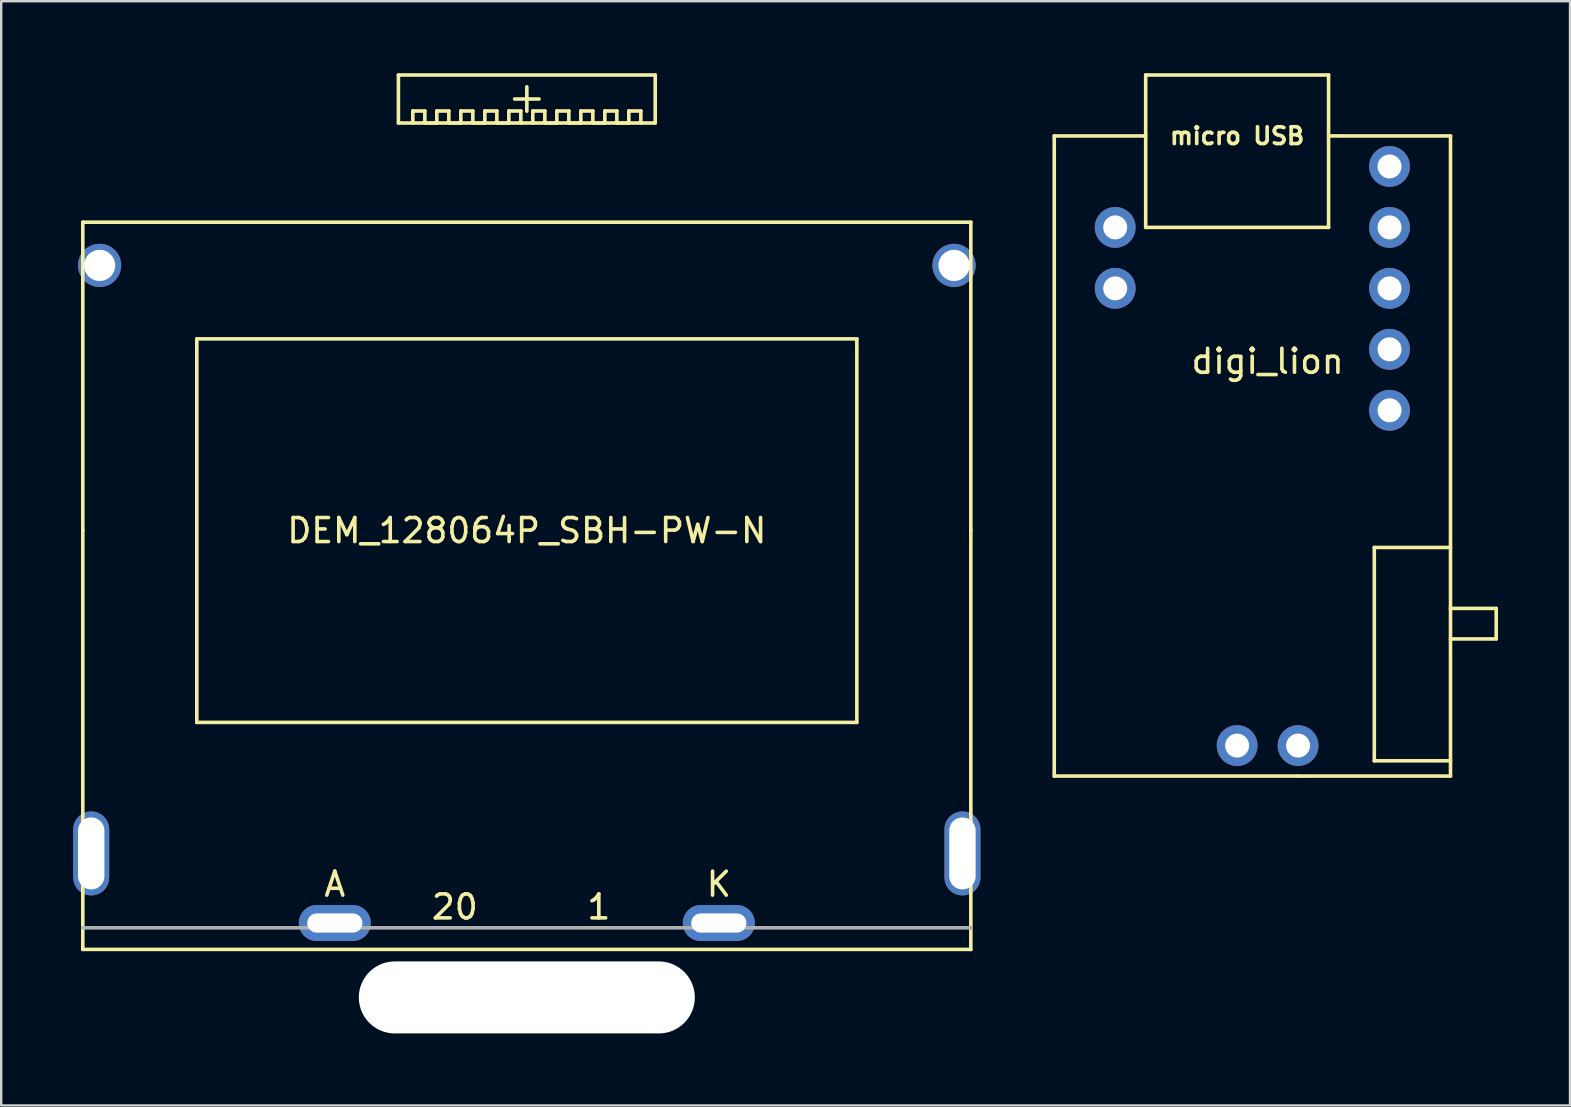
<source format=kicad_pcb>
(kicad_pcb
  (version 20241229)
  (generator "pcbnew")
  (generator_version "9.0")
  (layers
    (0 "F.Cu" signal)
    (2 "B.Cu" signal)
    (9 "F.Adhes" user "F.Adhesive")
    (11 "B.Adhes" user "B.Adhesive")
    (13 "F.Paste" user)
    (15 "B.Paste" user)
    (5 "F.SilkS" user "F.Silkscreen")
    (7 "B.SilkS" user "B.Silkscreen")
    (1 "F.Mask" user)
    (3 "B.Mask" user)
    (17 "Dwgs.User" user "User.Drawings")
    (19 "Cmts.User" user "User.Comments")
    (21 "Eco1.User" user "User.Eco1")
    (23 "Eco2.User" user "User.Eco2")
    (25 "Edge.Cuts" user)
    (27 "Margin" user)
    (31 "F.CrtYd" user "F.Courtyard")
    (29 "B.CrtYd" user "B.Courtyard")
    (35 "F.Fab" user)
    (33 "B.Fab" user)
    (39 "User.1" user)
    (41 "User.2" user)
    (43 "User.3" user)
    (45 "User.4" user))
  (footprint "DEM_128064P_SBH-PW-N"
    (layer "F.Cu")
    (at 18.9 19.058)
    (property "Reference" "DEM_128064P_SBH-PW-N" (at 0 0 0) (layer "F.SilkS") (effects (font (size 1 1) (thickness 0.15))))
    (attr through_hole)
    (fp_line (start -18.5 -12.85) (end 18.5 -12.85) (stroke (width 0.15) (type solid)) (layer "F.SilkS"))
    (fp_line (start -18.5 0) (end -18.5 -12.85) (stroke (width 0.15) (type solid)) (layer "F.SilkS"))
    (fp_line (start -18.5 0) (end -18.5 17.45) (stroke (width 0.15) (type solid)) (layer "F.SilkS"))
    (fp_line (start -18.5 17.45) (end 18.5 17.45) (stroke (width 0.15) (type solid)) (layer "F.SilkS"))
    (fp_line (start -13.75 -7.99) (end 13.75 -7.99) (stroke (width 0.15) (type solid)) (layer "F.SilkS"))
    (fp_line (start -13.75 7.99) (end -13.75 -7.99) (stroke (width 0.15) (type solid)) (layer "F.SilkS"))
    (fp_line (start -5.35 -18.983) (end 5.35 -18.983) (stroke (width 0.15) (type solid)) (layer "F.SilkS"))
    (fp_line (start -5.35 -16.983) (end -5.35 -18.983) (stroke (width 0.15) (type solid)) (layer "F.SilkS"))
    (fp_line (start -4.75 -17.483) (end -4.75 -16.983) (stroke (width 0.15) (type solid)) (layer "F.SilkS"))
    (fp_line (start -4.25 -17.483) (end -4.75 -17.483) (stroke (width 0.15) (type solid)) (layer "F.SilkS"))
    (fp_line (start -4.25 -16.983) (end -4.25 -17.483) (stroke (width 0.15) (type solid)) (layer "F.SilkS"))
    (fp_line (start -3.75 -17.483) (end -3.75 -16.983) (stroke (width 0.15) (type solid)) (layer "F.SilkS"))
    (fp_line (start -3.75 -16.983) (end -4.25 -16.983) (stroke (width 0.15) (type solid)) (layer "F.SilkS"))
    (fp_line (start -3.25 -17.483) (end -3.75 -17.483) (stroke (width 0.15) (type solid)) (layer "F.SilkS"))
    (fp_line (start -3.25 -16.983) (end -3.25 -17.483) (stroke (width 0.15) (type solid)) (layer "F.SilkS"))
    (fp_line (start -2.75 -17.483) (end -2.75 -16.983) (stroke (width 0.15) (type solid)) (layer "F.SilkS"))
    (fp_line (start -2.75 -16.983) (end -3.25 -16.983) (stroke (width 0.15) (type solid)) (layer "F.SilkS"))
    (fp_line (start -2.25 -17.483) (end -2.75 -17.483) (stroke (width 0.15) (type solid)) (layer "F.SilkS"))
    (fp_line (start -2.25 -16.983) (end -2.25 -17.483) (stroke (width 0.15) (type solid)) (layer "F.SilkS"))
    (fp_line (start -1.75 -17.483) (end -1.75 -16.983) (stroke (width 0.15) (type solid)) (layer "F.SilkS"))
    (fp_line (start -1.75 -16.983) (end -2.25 -16.983) (stroke (width 0.15) (type solid)) (layer "F.SilkS"))
    (fp_line (start -1.25 -17.483) (end -1.75 -17.483) (stroke (width 0.15) (type solid)) (layer "F.SilkS"))
    (fp_line (start -1.25 -16.983) (end -1.25 -17.483) (stroke (width 0.15) (type solid)) (layer "F.SilkS"))
    (fp_line (start -0.75 -17.483) (end -0.75 -16.983) (stroke (width 0.15) (type solid)) (layer "F.SilkS"))
    (fp_line (start -0.75 -16.983) (end -1.25 -16.983) (stroke (width 0.15) (type solid)) (layer "F.SilkS"))
    (fp_line (start -0.508 -17.983) (end 0.508 -17.983) (stroke (width 0.15) (type solid)) (layer "F.SilkS"))
    (fp_line (start -0.25 -17.483) (end -0.75 -17.483) (stroke (width 0.15) (type solid)) (layer "F.SilkS"))
    (fp_line (start -0.25 -16.983) (end -0.25 -17.483) (stroke (width 0.15) (type solid)) (layer "F.SilkS"))
    (fp_line (start 0 -18.491) (end 0 -17.475) (stroke (width 0.15) (type solid)) (layer "F.SilkS"))
    (fp_line (start 0.25 -17.483) (end 0.75 -17.483) (stroke (width 0.15) (type solid)) (layer "F.SilkS"))
    (fp_line (start 0.25 -16.983) (end 0.25 -17.483) (stroke (width 0.15) (type solid)) (layer "F.SilkS"))
    (fp_line (start 0.75 -17.483) (end 0.75 -16.983) (stroke (width 0.15) (type solid)) (layer "F.SilkS"))
    (fp_line (start 0.75 -16.983) (end 1.25 -16.983) (stroke (width 0.15) (type solid)) (layer "F.SilkS"))
    (fp_line (start 1.25 -17.483) (end 1.75 -17.483) (stroke (width 0.15) (type solid)) (layer "F.SilkS"))
    (fp_line (start 1.25 -16.983) (end 1.25 -17.483) (stroke (width 0.15) (type solid)) (layer "F.SilkS"))
    (fp_line (start 1.75 -17.483) (end 1.75 -16.983) (stroke (width 0.15) (type solid)) (layer "F.SilkS"))
    (fp_line (start 1.75 -16.983) (end 2.25 -16.983) (stroke (width 0.15) (type solid)) (layer "F.SilkS"))
    (fp_line (start 2.25 -17.483) (end 2.75 -17.483) (stroke (width 0.15) (type solid)) (layer "F.SilkS"))
    (fp_line (start 2.25 -16.983) (end 2.25 -17.483) (stroke (width 0.15) (type solid)) (layer "F.SilkS"))
    (fp_line (start 2.75 -17.483) (end 2.75 -16.983) (stroke (width 0.15) (type solid)) (layer "F.SilkS"))
    (fp_line (start 2.75 -16.983) (end 3.25 -16.983) (stroke (width 0.15) (type solid)) (layer "F.SilkS"))
    (fp_line (start 3.25 -17.483) (end 3.75 -17.483) (stroke (width 0.15) (type solid)) (layer "F.SilkS"))
    (fp_line (start 3.25 -16.983) (end 3.25 -17.483) (stroke (width 0.15) (type solid)) (layer "F.SilkS"))
    (fp_line (start 3.75 -17.483) (end 3.75 -16.983) (stroke (width 0.15) (type solid)) (layer "F.SilkS"))
    (fp_line (start 3.75 -16.983) (end 4.25 -16.983) (stroke (width 0.15) (type solid)) (layer "F.SilkS"))
    (fp_line (start 4.25 -17.483) (end 4.75 -17.483) (stroke (width 0.15) (type solid)) (layer "F.SilkS"))
    (fp_line (start 4.25 -16.983) (end 4.25 -17.483) (stroke (width 0.15) (type solid)) (layer "F.SilkS"))
    (fp_line (start 4.75 -17.483) (end 4.75 -16.983) (stroke (width 0.15) (type solid)) (layer "F.SilkS"))
    (fp_line (start 5.35 -18.983) (end 5.35 -16.983) (stroke (width 0.15) (type solid)) (layer "F.SilkS"))
    (fp_line (start 5.35 -16.983) (end -5.35 -16.983) (stroke (width 0.15) (type solid)) (layer "F.SilkS"))
    (fp_line (start 13.75 -7.99) (end 13.75 7.99) (stroke (width 0.15) (type solid)) (layer "F.SilkS"))
    (fp_line (start 13.75 7.99) (end -13.75 7.99) (stroke (width 0.15) (type solid)) (layer "F.SilkS"))
    (fp_line (start 18.5 -12.85) (end 18.5 0) (stroke (width 0.15) (type solid)) (layer "F.SilkS"))
    (fp_line (start 18.5 17.45) (end 18.5 0) (stroke (width 0.15) (type solid)) (layer "F.SilkS"))
    (fp_line (start -18.5 16.55) (end 18.5 16.55) (stroke (width 0.15) (type solid)) (layer "F.Fab"))
    (fp_text user "A" (at -8.001 14.732 0) (layer "F.SilkS") (effects (font (size 1 1) (thickness 0.15))))
    (fp_text user "K" (at 8.001 14.732 0) (layer "F.SilkS") (effects (font (size 1 1) (thickness 0.15))))
    (fp_text user "20" (at -3 15.68 0) (layer "F.SilkS") (effects (font (size 1 1) (thickness 0.15))))
    (fp_text user "1" (at 3 15.68 0) (layer "F.SilkS") (effects (font (size 1 1) (thickness 0.15))))
    (pad "" thru_hole oval (at -18.15 13.45) (size 1.5 3.5) (drill oval 1.1 3) (layers "*.Cu" "*.Mask"))
    (pad "" thru_hole circle (at -17.8 -11.05) (size 1.8 1.8) (drill 1.3) (layers "*.Cu" "*.Mask"))
    (pad "" np_thru_hole oval (at 0 19.45) (size 14 3) (drill oval 14 3) (layers "*.Cu" "*.Mask"))
    (pad "" thru_hole circle (at 17.8 -11.05) (size 1.8 1.8) (drill 1.3) (layers "*.Cu" "*.Mask"))
    (pad "" thru_hole oval (at 18.15 13.45) (size 1.5 3.5) (drill oval 1.1 3) (layers "*.Cu" "*.Mask"))
    (pad "1" thru_hole oval (at 8 16.35) (size 3 1.5) (drill oval 2.3 0.8) (layers "*.Cu" "*.Mask"))
    (pad "2" thru_hole oval (at -8 16.35) (size 3 1.5) (drill oval 2.3 0.8) (layers "*.Cu" "*.Mask")))
  (footprint "digi_lion"
    (layer "F.Cu")
    (at 48.495 11.505)
    (property "Reference" "digi_lion" (at 1.27 0.5 0) (layer "F.SilkS") (effects (font (size 1 1) (thickness 0.15))))
    (attr through_hole)
    (fp_line (start -7.62 -8.89) (end -7.62 17.78) (stroke (width 0.15) (type solid)) (layer "F.SilkS"))
    (fp_line (start -7.62 17.78) (end 2.54 17.78) (stroke (width 0.15) (type solid)) (layer "F.SilkS"))
    (fp_line (start -3.81 -11.43) (end -3.81 -5.08) (stroke (width 0.15) (type solid)) (layer "F.SilkS"))
    (fp_line (start -3.81 -8.89) (end -7.62 -8.89) (stroke (width 0.15) (type solid)) (layer "F.SilkS"))
    (fp_line (start -3.81 -5.08) (end 3.81 -5.08) (stroke (width 0.15) (type solid)) (layer "F.SilkS"))
    (fp_line (start 2.54 17.78) (end 8.89 17.78) (stroke (width 0.15) (type solid)) (layer "F.SilkS"))
    (fp_line (start 3.81 -11.43) (end -3.81 -11.43) (stroke (width 0.15) (type solid)) (layer "F.SilkS"))
    (fp_line (start 3.81 -5.08) (end 3.81 -11.43) (stroke (width 0.15) (type solid)) (layer "F.SilkS"))
    (fp_line (start 5.715 8.255) (end 8.89 8.255) (stroke (width 0.15) (type solid)) (layer "F.SilkS"))
    (fp_line (start 5.715 17.145) (end 5.715 8.255) (stroke (width 0.15) (type solid)) (layer "F.SilkS"))
    (fp_line (start 8.89 -8.89) (end 3.81 -8.89) (stroke (width 0.15) (type solid)) (layer "F.SilkS"))
    (fp_line (start 8.89 12.065) (end 10.795 12.065) (stroke (width 0.15) (type solid)) (layer "F.SilkS"))
    (fp_line (start 8.89 17.145) (end 5.715 17.145) (stroke (width 0.15) (type solid)) (layer "F.SilkS"))
    (fp_line (start 8.89 17.78) (end 8.89 -8.89) (stroke (width 0.15) (type solid)) (layer "F.SilkS"))
    (fp_line (start 10.795 10.795) (end 8.89 10.795) (stroke (width 0.15) (type solid)) (layer "F.SilkS"))
    (fp_line (start 10.795 12.065) (end 10.795 10.795) (stroke (width 0.15) (type solid)) (layer "F.SilkS"))
    (fp_text user "micro USB" (at 0 -8.89 0) (layer "F.SilkS") (effects (font (size 0.7 0.7) (thickness 0.15))))
    (pad "1" thru_hole circle (at 6.35 -7.62) (size 1.7 1.7) (drill 1) (layers "*.Cu" "*.Mask"))
    (pad "2" thru_hole circle (at 6.35 -5.08) (size 1.7 1.7) (drill 1) (layers "*.Cu" "*.Mask"))
    (pad "3" thru_hole circle (at 6.35 -2.54) (size 1.7 1.7) (drill 1) (layers "*.Cu" "*.Mask"))
    (pad "4" thru_hole circle (at 6.35 0) (size 1.7 1.7) (drill 1) (layers "*.Cu" "*.Mask"))
    (pad "5" thru_hole circle (at 6.35 2.54) (size 1.7 1.7) (drill 1) (layers "*.Cu" "*.Mask"))
    (pad "6" thru_hole circle (at -5.08 -5.08) (size 1.7 1.7) (drill 1) (layers "*.Cu" "*.Mask"))
    (pad "7" thru_hole circle (at -5.08 -2.54) (size 1.7 1.7) (drill 1) (layers "*.Cu" "*.Mask"))
    (pad "8" thru_hole circle (at 2.54 16.51) (size 1.7 1.7) (drill 1) (layers "*.Cu" "*.Mask"))
    (pad "9" thru_hole circle (at 0 16.51) (size 1.7 1.7) (drill 1) (layers "*.Cu" "*.Mask")))
  (gr_rect
    (start -3 -3)
    (end 62.365 43.008)
    (stroke (width 0.1) (type default))
    (fill no)
    (layer "Edge.Cuts")))
</source>
